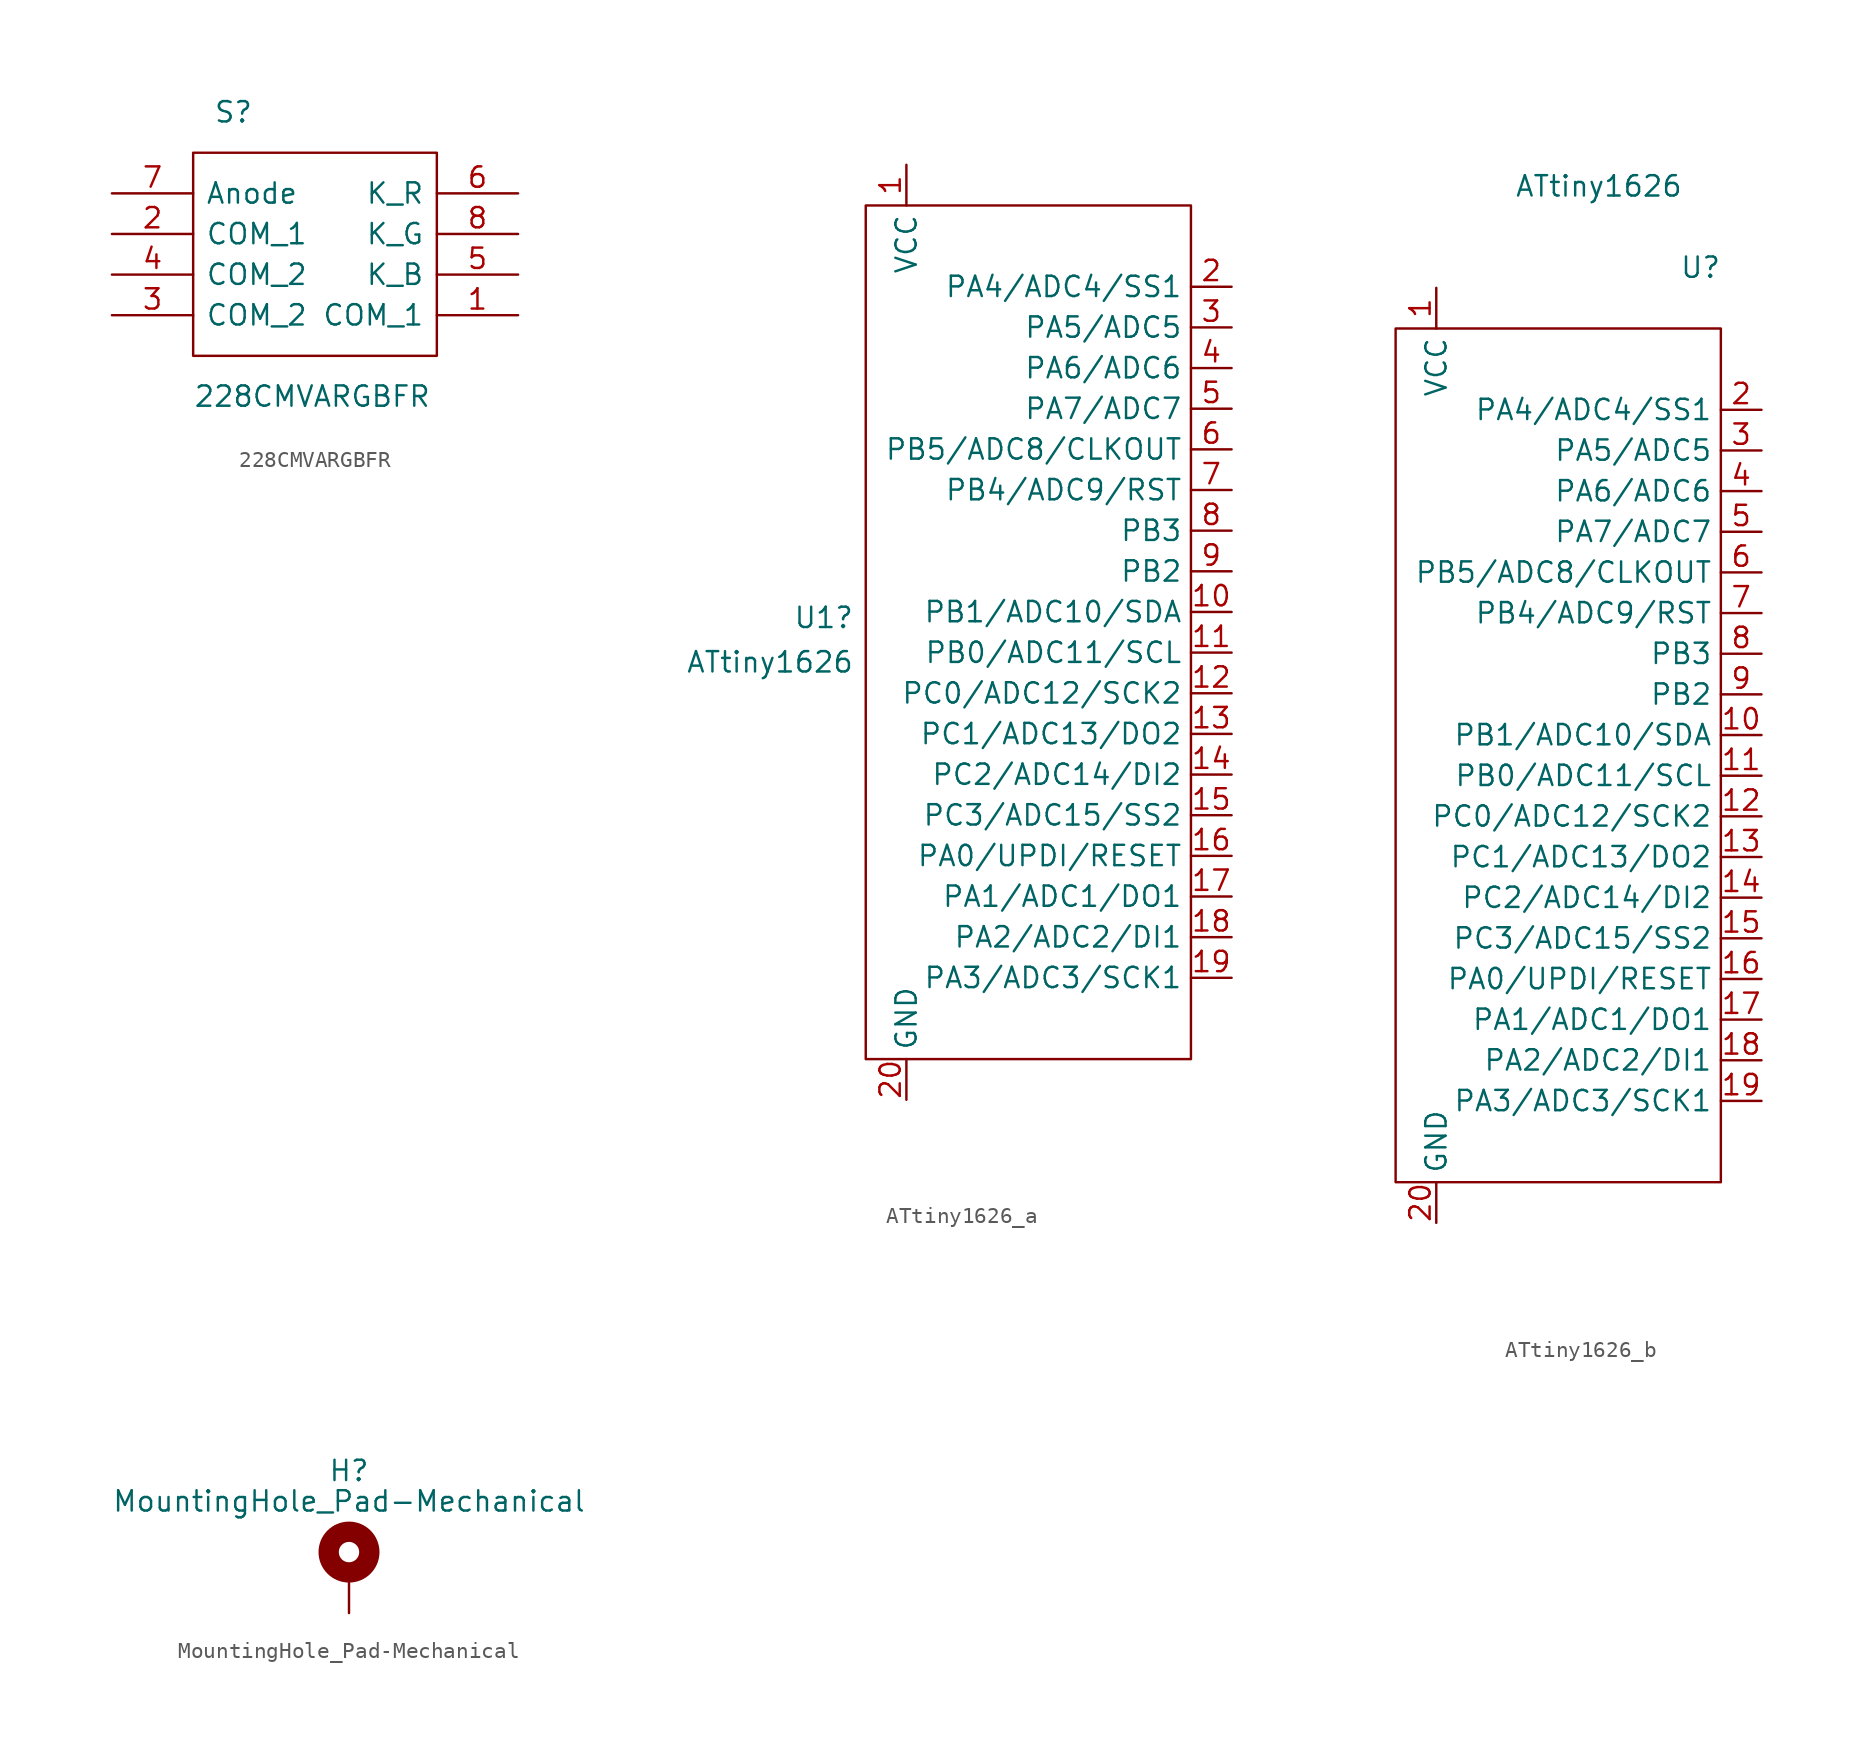
<source format=kicad_sym>
(kicad_symbol_lib
  (version 20211014)
  (generator kicad_symbol_editor)
  (symbol "228CMVARGBFR"
    (pin_names
      (offset 0.762))
    (property "Reference" "S"
      (at -6.35 12.7 0)
      (effects (font (size 1.27 1.27)) (justify left)))
    (property "Value" "228CMVARGBFR"
      (at -7.62 -5.08 0)
      (effects (font (size 1.27 1.27)) (justify left)))
    (symbol "228CMVARGBFR_0_0"
      (pin passive line (at 12.7 0 180) (length 5.08) (name "COM_1" (effects (font (size 1.27 1.27)))) (number "1" (effects (font (size 1.27 1.27)))))
      (pin passive line (at -12.7 5.08 0) (length 5.08) (name "COM_1" (effects (font (size 1.27 1.27)))) (number "2" (effects (font (size 1.27 1.27)))))
      (pin passive line (at -12.7 0 0) (length 5.08) (name "COM_2" (effects (font (size 1.27 1.27)))) (number "3" (effects (font (size 1.27 1.27)))))
      (pin passive line (at -12.7 2.54 0) (length 5.08) (name "COM_2" (effects (font (size 1.27 1.27)))) (number "4" (effects (font (size 1.27 1.27)))))
      (pin passive line (at 12.7 2.54 180) (length 5.08) (name "K_B" (effects (font (size 1.27 1.27)))) (number "5" (effects (font (size 1.27 1.27)))))
      (pin passive line (at 12.7 7.62 180) (length 5.08) (name "K_R" (effects (font (size 1.27 1.27)))) (number "6" (effects (font (size 1.27 1.27)))))
      (pin power_in line (at -12.7 7.62 0) (length 5.08) (name "Anode" (effects (font (size 1.27 1.27)))) (number "7" (effects (font (size 1.27 1.27)))))
      (pin passive line (at 12.7 5.08 180) (length 5.08) (name "K_G" (effects (font (size 1.27 1.27)))) (number "8" (effects (font (size 1.27 1.27))))))
    (symbol "228CMVARGBFR_0_1"
      (rectangle (start -7.62 10.16) (end 7.62 -2.54) (stroke (width 0) (type default) (color 0 0 0 0)) (fill (type none)))))
  (symbol "ATtiny1626_a"
    (property "Reference" "U1"
      (at -12.141 2.179 0)
      (effects (font (size 1.27 1.27)) (justify right)))
    (property "Value" "ATtiny1626"
      (at -12.141 -0.597 0)
      (effects (font (size 1.27 1.27)) (justify right)))
    (symbol "ATtiny1626_a_0_0"
      (pin power_in line (at -8.89 30.48 270) (length 2.54) (name "VCC" (effects (font (size 1.27 1.27)))) (number "1" (effects (font (size 1.27 1.27)))))
      (pin input line (at 11.43 2.54 180) (length 2.54) (name "PB1/ADC10/SDA" (effects (font (size 1.27 1.27)))) (number "10" (effects (font (size 1.27 1.27)))))
      (pin input line (at 11.43 0 180) (length 2.54) (name "PB0/ADC11/SCL" (effects (font (size 1.27 1.27)))) (number "11" (effects (font (size 1.27 1.27)))))
      (pin input line (at 11.43 -2.54 180) (length 2.54) (name "PC0/ADC12/SCK2" (effects (font (size 1.27 1.27)))) (number "12" (effects (font (size 1.27 1.27)))))
      (pin input line (at 11.43 -5.08 180) (length 2.54) (name "PC1/ADC13/DO2" (effects (font (size 1.27 1.27)))) (number "13" (effects (font (size 1.27 1.27)))))
      (pin input line (at 11.43 -7.62 180) (length 2.54) (name "PC2/ADC14/DI2" (effects (font (size 1.27 1.27)))) (number "14" (effects (font (size 1.27 1.27)))))
      (pin input line (at 11.43 -10.16 180) (length 2.54) (name "PC3/ADC15/SS2" (effects (font (size 1.27 1.27)))) (number "15" (effects (font (size 1.27 1.27)))))
      (pin input line (at 11.43 -12.7 180) (length 2.54) (name "PA0/UPDI/RESET" (effects (font (size 1.27 1.27)))) (number "16" (effects (font (size 1.27 1.27)))))
      (pin input line (at 11.43 -15.24 180) (length 2.54) (name "PA1/ADC1/DO1" (effects (font (size 1.27 1.27)))) (number "17" (effects (font (size 1.27 1.27)))))
      (pin input line (at 11.43 -17.78 180) (length 2.54) (name "PA2/ADC2/DI1" (effects (font (size 1.27 1.27)))) (number "18" (effects (font (size 1.27 1.27)))))
      (pin input line (at 11.43 -20.32 180) (length 2.54) (name "PA3/ADC3/SCK1" (effects (font (size 1.27 1.27)))) (number "19" (effects (font (size 1.27 1.27)))))
      (pin input line (at 11.43 22.86 180) (length 2.54) (name "PA4/ADC4/SS1" (effects (font (size 1.27 1.27)))) (number "2" (effects (font (size 1.27 1.27)))))
      (pin power_in line (at -8.89 -27.94 90) (length 2.54) (name "GND" (effects (font (size 1.27 1.27)))) (number "20" (effects (font (size 1.27 1.27)))))
      (pin input line (at 11.43 20.32 180) (length 2.54) (name "PA5/ADC5" (effects (font (size 1.27 1.27)))) (number "3" (effects (font (size 1.27 1.27)))))
      (pin input line (at 11.43 17.78 180) (length 2.54) (name "PA6/ADC6" (effects (font (size 1.27 1.27)))) (number "4" (effects (font (size 1.27 1.27)))))
      (pin input line (at 11.43 15.24 180) (length 2.54) (name "PA7/ADC7" (effects (font (size 1.27 1.27)))) (number "5" (effects (font (size 1.27 1.27)))))
      (pin input line (at 11.43 12.7 180) (length 2.54) (name "PB5/ADC8/CLKOUT" (effects (font (size 1.27 1.27)))) (number "6" (effects (font (size 1.27 1.27)))))
      (pin input line (at 11.43 10.16 180) (length 2.54) (name "PB4/ADC9/RST" (effects (font (size 1.27 1.27)))) (number "7" (effects (font (size 1.27 1.27)))))
      (pin input line (at 11.43 7.62 180) (length 2.54) (name "PB3" (effects (font (size 1.27 1.27)))) (number "8" (effects (font (size 1.27 1.27)))))
      (pin input line (at 11.43 5.08 180) (length 2.54) (name "PB2" (effects (font (size 1.27 1.27)))) (number "9" (effects (font (size 1.27 1.27))))))
    (symbol "ATtiny1626_a_0_1"
      (rectangle (start -11.43 27.94) (end 8.89 -25.4) (stroke (width 0.152) (type default) (color 0 0 0 0)) (fill (type none)))))
  (symbol "ATtiny1626_b"
    (property "Reference" "U"
      (at 7.62 31.75 0)
      (effects (font (size 1.27 1.27))))
    (property "Value" "ATtiny1626"
      (at 1.27 36.83 0)
      (effects (font (size 1.27 1.27))))
    (symbol "ATtiny1626_b_0_0"
      (pin power_in line (at -8.89 30.48 270) (length 2.54) (name "VCC" (effects (font (size 1.27 1.27)))) (number "1" (effects (font (size 1.27 1.27)))))
      (pin input line (at 11.43 2.54 180) (length 2.54) (name "PB1/ADC10/SDA" (effects (font (size 1.27 1.27)))) (number "10" (effects (font (size 1.27 1.27)))))
      (pin input line (at 11.43 0 180) (length 2.54) (name "PB0/ADC11/SCL" (effects (font (size 1.27 1.27)))) (number "11" (effects (font (size 1.27 1.27)))))
      (pin input line (at 11.43 -2.54 180) (length 2.54) (name "PC0/ADC12/SCK2" (effects (font (size 1.27 1.27)))) (number "12" (effects (font (size 1.27 1.27)))))
      (pin input line (at 11.43 -5.08 180) (length 2.54) (name "PC1/ADC13/DO2" (effects (font (size 1.27 1.27)))) (number "13" (effects (font (size 1.27 1.27)))))
      (pin input line (at 11.43 -7.62 180) (length 2.54) (name "PC2/ADC14/DI2" (effects (font (size 1.27 1.27)))) (number "14" (effects (font (size 1.27 1.27)))))
      (pin input line (at 11.43 -10.16 180) (length 2.54) (name "PC3/ADC15/SS2" (effects (font (size 1.27 1.27)))) (number "15" (effects (font (size 1.27 1.27)))))
      (pin input line (at 11.43 -12.7 180) (length 2.54) (name "PA0/UPDI/RESET" (effects (font (size 1.27 1.27)))) (number "16" (effects (font (size 1.27 1.27)))))
      (pin input line (at 11.43 -15.24 180) (length 2.54) (name "PA1/ADC1/DO1" (effects (font (size 1.27 1.27)))) (number "17" (effects (font (size 1.27 1.27)))))
      (pin input line (at 11.43 -17.78 180) (length 2.54) (name "PA2/ADC2/DI1" (effects (font (size 1.27 1.27)))) (number "18" (effects (font (size 1.27 1.27)))))
      (pin input line (at 11.43 -20.32 180) (length 2.54) (name "PA3/ADC3/SCK1" (effects (font (size 1.27 1.27)))) (number "19" (effects (font (size 1.27 1.27)))))
      (pin input line (at 11.43 22.86 180) (length 2.54) (name "PA4/ADC4/SS1" (effects (font (size 1.27 1.27)))) (number "2" (effects (font (size 1.27 1.27)))))
      (pin power_in line (at -8.89 -27.94 90) (length 2.54) (name "GND" (effects (font (size 1.27 1.27)))) (number "20" (effects (font (size 1.27 1.27)))))
      (pin input line (at 11.43 20.32 180) (length 2.54) (name "PA5/ADC5" (effects (font (size 1.27 1.27)))) (number "3" (effects (font (size 1.27 1.27)))))
      (pin input line (at 11.43 17.78 180) (length 2.54) (name "PA6/ADC6" (effects (font (size 1.27 1.27)))) (number "4" (effects (font (size 1.27 1.27)))))
      (pin input line (at 11.43 15.24 180) (length 2.54) (name "PA7/ADC7" (effects (font (size 1.27 1.27)))) (number "5" (effects (font (size 1.27 1.27)))))
      (pin input line (at 11.43 12.7 180) (length 2.54) (name "PB5/ADC8/CLKOUT" (effects (font (size 1.27 1.27)))) (number "6" (effects (font (size 1.27 1.27)))))
      (pin input line (at 11.43 10.16 180) (length 2.54) (name "PB4/ADC9/RST" (effects (font (size 1.27 1.27)))) (number "7" (effects (font (size 1.27 1.27)))))
      (pin input line (at 11.43 7.62 180) (length 2.54) (name "PB3" (effects (font (size 1.27 1.27)))) (number "8" (effects (font (size 1.27 1.27)))))
      (pin input line (at 11.43 5.08 180) (length 2.54) (name "PB2" (effects (font (size 1.27 1.27)))) (number "9" (effects (font (size 1.27 1.27))))))
    (symbol "ATtiny1626_b_0_1"
      (rectangle (start -11.43 27.94) (end 8.89 -25.4) (stroke (width 0.152) (type default) (color 0 0 0 0)) (fill (type none)))))
  (symbol "MountingHole_Pad-Mechanical"
    (pin_numbers hide)
    (pin_names
      (offset 1.016) hide)
    (property "Reference" "H"
      (at 0 6.35 0)
      (effects (font (size 1.27 1.27))))
    (property "Value" "MountingHole_Pad-Mechanical"
      (at 0 4.445 0)
      (effects (font (size 1.27 1.27))))
    (symbol "MountingHole_Pad-Mechanical_0_1"
      (circle (center 0 1.27) (radius 1.27) (stroke (width 1.27) (type default) (color 0 0 0 0)) (fill (type none))))
    (symbol "MountingHole_Pad-Mechanical_1_1"
      (pin input line (at 0 -2.54 90) (length 2.54) (name "1" (effects (font (size 1.27 1.27)))) (number "1" (effects (font (size 1.27 1.27))))))))
</source>
